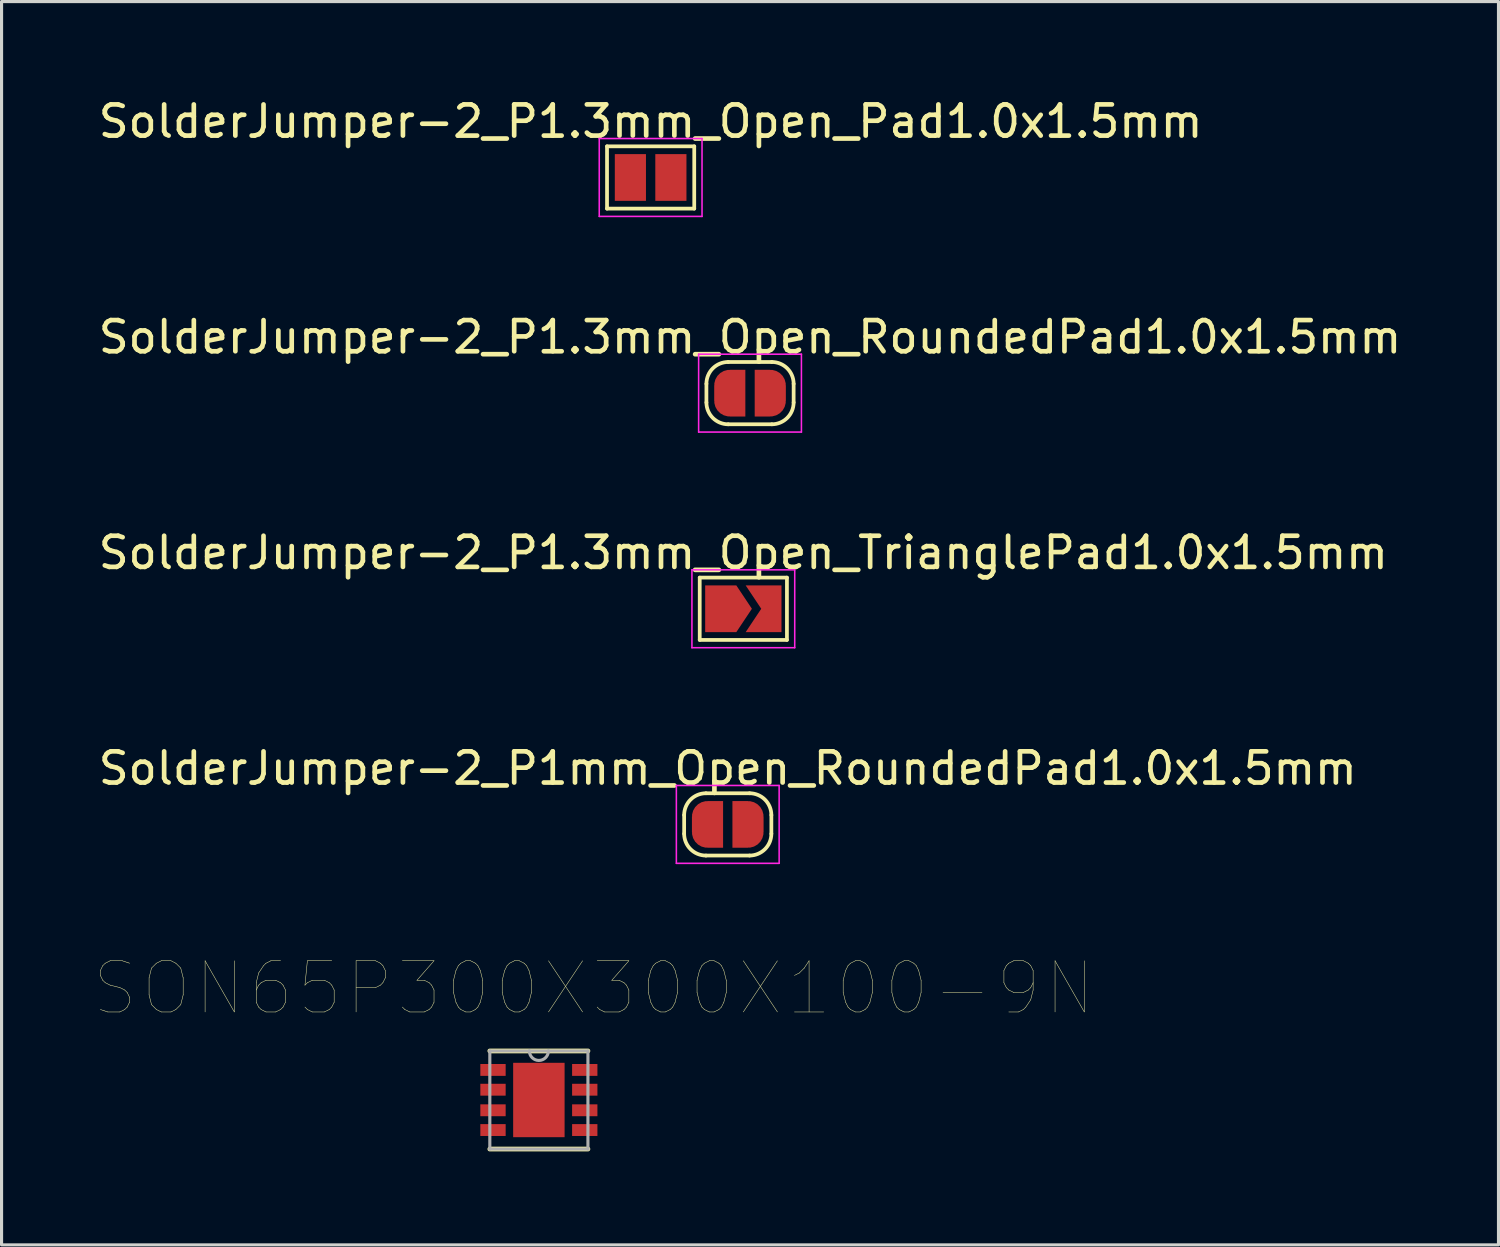
<source format=kicad_pcb>
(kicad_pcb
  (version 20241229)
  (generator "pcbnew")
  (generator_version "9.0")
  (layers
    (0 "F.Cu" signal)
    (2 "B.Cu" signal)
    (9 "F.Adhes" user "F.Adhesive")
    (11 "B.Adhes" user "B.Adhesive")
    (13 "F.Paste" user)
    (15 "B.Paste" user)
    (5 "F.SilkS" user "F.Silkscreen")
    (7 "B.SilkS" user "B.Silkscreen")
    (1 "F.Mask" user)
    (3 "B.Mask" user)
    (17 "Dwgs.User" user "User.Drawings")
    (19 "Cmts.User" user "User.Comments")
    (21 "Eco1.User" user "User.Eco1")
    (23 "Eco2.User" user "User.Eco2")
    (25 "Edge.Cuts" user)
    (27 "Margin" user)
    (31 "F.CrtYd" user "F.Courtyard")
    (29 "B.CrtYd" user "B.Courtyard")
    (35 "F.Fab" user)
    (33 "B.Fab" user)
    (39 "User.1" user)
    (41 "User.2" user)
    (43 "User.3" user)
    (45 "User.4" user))
  (footprint "SolderJumper-2_P1.3mm_Open_Pad1.0x1.5mm"
    (layer "F.Cu")
    (at 17.839 2.648)
    (property "Reference" "SolderJumper-2_P1.3mm_Open_Pad1.0x1.5mm" (at 0 -1.8 0) (layer "F.SilkS") (effects (font (size 1 1) (thickness 0.15))))
    (attr exclude_from_pos_files dnp allow_soldermask_bridges)
    (fp_rect (start -0.15 -0.75) (end 0.15 0.75) (stroke (width 0) (type default)) (fill yes) (layer "F.Mask"))
    (fp_line (start -1.4 -1) (end 1.4 -1) (stroke (width 0.12) (type solid)) (layer "F.SilkS"))
    (fp_line (start -1.4 1) (end -1.4 -1) (stroke (width 0.12) (type solid)) (layer "F.SilkS"))
    (fp_line (start 1.4 -1) (end 1.4 1) (stroke (width 0.12) (type solid)) (layer "F.SilkS"))
    (fp_line (start 1.4 1) (end -1.4 1) (stroke (width 0.12) (type solid)) (layer "F.SilkS"))
    (fp_line (start -1.65 -1.25) (end -1.65 1.25) (stroke (width 0.05) (type solid)) (layer "F.CrtYd"))
    (fp_line (start -1.65 -1.25) (end 1.65 -1.25) (stroke (width 0.05) (type solid)) (layer "F.CrtYd"))
    (fp_line (start 1.65 1.25) (end -1.65 1.25) (stroke (width 0.05) (type solid)) (layer "F.CrtYd"))
    (fp_line (start 1.65 1.25) (end 1.65 -1.25) (stroke (width 0.05) (type solid)) (layer "F.CrtYd"))
    (pad "1" smd rect (at -0.65 0 180) (size 1 1.5) (layers "F.Cu" "F.Mask"))
    (pad "2" smd rect (at 0.65 0 180) (size 1 1.5) (layers "F.Cu" "F.Mask")))
  (footprint "SolderJumper-2_P1.3mm_Open_TrianglePad1.0x1.5mm"
    (layer "F.Cu")
    (at 20.815 16.495)
    (property "Reference" "SolderJumper-2_P1.3mm_Open_TrianglePad1.0x1.5mm" (at 0 -1.8 0) (layer "F.SilkS") (effects (font (size 1 1) (thickness 0.15))))
    (attr exclude_from_pos_files exclude_from_bom)
    (fp_line (start -1.4 -1) (end 1.4 -1) (stroke (width 0.12) (type solid)) (layer "F.SilkS"))
    (fp_line (start -1.4 1) (end -1.4 -1) (stroke (width 0.12) (type solid)) (layer "F.SilkS"))
    (fp_line (start 1.4 -1) (end 1.4 1) (stroke (width 0.12) (type solid)) (layer "F.SilkS"))
    (fp_line (start 1.4 1) (end -1.4 1) (stroke (width 0.12) (type solid)) (layer "F.SilkS"))
    (fp_line (start -1.65 -1.25) (end -1.65 1.25) (stroke (width 0.05) (type solid)) (layer "F.CrtYd"))
    (fp_line (start -1.65 -1.25) (end 1.65 -1.25) (stroke (width 0.05) (type solid)) (layer "F.CrtYd"))
    (fp_line (start 1.65 1.25) (end -1.65 1.25) (stroke (width 0.05) (type solid)) (layer "F.CrtYd"))
    (fp_line (start 1.65 1.25) (end 1.65 -1.25) (stroke (width 0.05) (type solid)) (layer "F.CrtYd"))
    (pad "1" smd custom (at -0.725 0) (size 0.3 0.3) (layers "F.Cu" "F.Mask") (options (anchor rect)) (primitives (gr_poly (pts (xy -0.5 -0.75) (xy 0.5 -0.75) (xy 1 0) (xy 0.5 0.75) (xy -0.5 0.75)) (width 0) (fill yes))))
    (pad "2" smd custom (at 0.725 0) (size 0.3 0.3) (layers "F.Cu" "F.Mask") (options (anchor rect)) (primitives (gr_poly (pts (xy -0.65 -0.75) (xy 0.5 -0.75) (xy 0.5 0.75) (xy -0.65 0.75) (xy -0.15 0)) (width 0) (fill yes)))))
  (footprint "SolderJumper-2_P1mm_Open_RoundedPad1.0x1.5mm"
    (layer "F.Cu")
    (at 20.315 23.418)
    (property "Reference" "SolderJumper-2_P1mm_Open_RoundedPad1.0x1.5mm" (at 0 -1.8 0) (layer "F.SilkS") (effects (font (size 1 1) (thickness 0.15))))
    (attr exclude_from_pos_files exclude_from_bom)
    (fp_line (start -1.4 0.3) (end -1.4 -0.3) (stroke (width 0.12) (type solid)) (layer "F.SilkS"))
    (fp_line (start -0.7 -1) (end 0.7 -1) (stroke (width 0.12) (type solid)) (layer "F.SilkS"))
    (fp_line (start 0.7 1) (end -0.7 1) (stroke (width 0.12) (type solid)) (layer "F.SilkS"))
    (fp_line (start 1.4 -0.3) (end 1.4 0.3) (stroke (width 0.12) (type solid)) (layer "F.SilkS"))
    (fp_arc (start -1.4 -0.3) (mid -1.194975 -0.794975) (end -0.7 -1) (stroke (width 0.12) (type solid)) (layer "F.SilkS"))
    (fp_arc (start -0.7 1) (mid -1.194975 0.794975) (end -1.4 0.3) (stroke (width 0.12) (type solid)) (layer "F.SilkS"))
    (fp_arc (start 0.7 -1) (mid 1.194975 -0.794975) (end 1.4 -0.3) (stroke (width 0.12) (type solid)) (layer "F.SilkS"))
    (fp_arc (start 1.4 0.3) (mid 1.194975 0.794975) (end 0.7 1) (stroke (width 0.12) (type solid)) (layer "F.SilkS"))
    (fp_line (start -1.65 -1.25) (end -1.65 1.25) (stroke (width 0.05) (type solid)) (layer "F.CrtYd"))
    (fp_line (start -1.65 -1.25) (end 1.65 -1.25) (stroke (width 0.05) (type solid)) (layer "F.CrtYd"))
    (fp_line (start 1.65 1.25) (end -1.65 1.25) (stroke (width 0.05) (type solid)) (layer "F.CrtYd"))
    (fp_line (start 1.65 1.25) (end 1.65 -1.25) (stroke (width 0.05) (type solid)) (layer "F.CrtYd"))
    (pad "1" smd custom (at -0.65 0) (size 1 0.5) (layers "F.Cu" "F.Mask") (options (anchor rect)) (primitives (gr_circle (center 0 0.25) (end 0.5 0.25) (width 0) (fill yes)) (gr_circle (center 0 -0.25) (end 0.5 -0.25) (width 0) (fill yes)) (gr_poly (pts (xy 0.5 0.75) (xy 0 0.75) (xy 0 -0.75) (xy 0.5 -0.75)) (width 0) (fill yes))))
    (pad "2" smd custom (at 0.65 0) (size 1 0.5) (layers "F.Cu" "F.Mask") (options (anchor rect)) (primitives (gr_circle (center 0 0.25) (end 0.5 0.25) (width 0) (fill yes)) (gr_circle (center 0 -0.25) (end 0.5 -0.25) (width 0) (fill yes)) (gr_poly (pts (xy 0 0.75) (xy -0.5 0.75) (xy -0.5 -0.75) (xy 0 -0.75)) (width 0) (fill yes)))))
  (footprint "SON65P300X300X100-9N"
    (layer "F.Cu")
    (at 14.251 32.266)
    (property "Reference" "SON65P300X300X100-9N" (at 1.755 -3.586 0) (layer "F.SilkS") (effects (font (size 1.642 1.642) (thickness 0.015))))
    (attr through_hole)
    (fp_line (start -1.575 1.575) (end 1.575 1.575) (stroke (width 0.152) (type solid)) (layer "F.SilkS"))
    (fp_line (start 1.575 -1.575) (end -1.575 -1.575) (stroke (width 0.152) (type solid)) (layer "F.SilkS"))
    (fp_line (start -1.575 -1.575) (end -1.575 1.575) (stroke (width 0.1) (type solid)) (layer "F.Fab"))
    (fp_line (start -1.575 1.575) (end 1.575 1.575) (stroke (width 0.1) (type solid)) (layer "F.Fab"))
    (fp_line (start -0.305 -1.575) (end -1.575 -1.575) (stroke (width 0.1) (type solid)) (layer "F.Fab"))
    (fp_line (start 0.305 -1.575) (end -0.305 -1.575) (stroke (width 0.1) (type solid)) (layer "F.Fab"))
    (fp_line (start 1.575 -1.575) (end 0.305 -1.575) (stroke (width 0.1) (type solid)) (layer "F.Fab"))
    (fp_line (start 1.575 1.575) (end 1.575 -1.575) (stroke (width 0.1) (type solid)) (layer "F.Fab"))
    (fp_arc (start 0.3048 -1.5748) (mid 0 -1.27) (end -0.3048 -1.5748) (stroke (width 0.1) (type solid)) (layer "F.Fab"))
    (pad "1" smd rect (at -1.473 -0.965) (size 0.813 0.381) (layers "F.Cu" "F.Mask" "F.Paste"))
    (pad "2" smd rect (at -1.473 -0.33) (size 0.813 0.381) (layers "F.Cu" "F.Mask" "F.Paste"))
    (pad "3" smd rect (at -1.473 0.33) (size 0.813 0.381) (layers "F.Cu" "F.Mask" "F.Paste"))
    (pad "4" smd rect (at -1.473 0.965) (size 0.813 0.381) (layers "F.Cu" "F.Mask" "F.Paste"))
    (pad "5" smd rect (at 1.473 0.965) (size 0.813 0.381) (layers "F.Cu" "F.Mask" "F.Paste"))
    (pad "6" smd rect (at 1.473 0.33) (size 0.813 0.381) (layers "F.Cu" "F.Mask" "F.Paste"))
    (pad "7" smd rect (at 1.473 -0.33) (size 0.813 0.381) (layers "F.Cu" "F.Mask" "F.Paste"))
    (pad "8" smd rect (at 1.473 -0.965) (size 0.813 0.381) (layers "F.Cu" "F.Mask" "F.Paste"))
    (pad "9" smd rect (at 0 0) (size 1.651 2.388) (layers "F.Cu" "F.Mask" "F.Paste")))
  (footprint "SolderJumper-2_P1.3mm_Open_RoundedPad1.0x1.5mm"
    (layer "F.Cu")
    (at 21.03 9.572)
    (property "Reference" "SolderJumper-2_P1.3mm_Open_RoundedPad1.0x1.5mm" (at 0 -1.8 180) (layer "F.SilkS") (effects (font (size 1 1) (thickness 0.15))))
    (attr exclude_from_pos_files exclude_from_bom)
    (fp_line (start -1.4 0.3) (end -1.4 -0.3) (stroke (width 0.12) (type solid)) (layer "F.SilkS"))
    (fp_line (start -0.7 -1) (end 0.7 -1) (stroke (width 0.12) (type solid)) (layer "F.SilkS"))
    (fp_line (start 0.7 1) (end -0.7 1) (stroke (width 0.12) (type solid)) (layer "F.SilkS"))
    (fp_line (start 1.4 -0.3) (end 1.4 0.3) (stroke (width 0.12) (type solid)) (layer "F.SilkS"))
    (fp_arc (start -1.4 -0.3) (mid -1.194975 -0.794975) (end -0.7 -1) (stroke (width 0.12) (type solid)) (layer "F.SilkS"))
    (fp_arc (start -0.7 1) (mid -1.194975 0.794975) (end -1.4 0.3) (stroke (width 0.12) (type solid)) (layer "F.SilkS"))
    (fp_arc (start 0.7 -1) (mid 1.194975 -0.794975) (end 1.4 -0.3) (stroke (width 0.12) (type solid)) (layer "F.SilkS"))
    (fp_arc (start 1.4 0.3) (mid 1.194975 0.794975) (end 0.7 1) (stroke (width 0.12) (type solid)) (layer "F.SilkS"))
    (fp_line (start -1.65 -1.25) (end -1.65 1.25) (stroke (width 0.05) (type solid)) (layer "F.CrtYd"))
    (fp_line (start -1.65 -1.25) (end 1.65 -1.25) (stroke (width 0.05) (type solid)) (layer "F.CrtYd"))
    (fp_line (start 1.65 1.25) (end -1.65 1.25) (stroke (width 0.05) (type solid)) (layer "F.CrtYd"))
    (fp_line (start 1.65 1.25) (end 1.65 -1.25) (stroke (width 0.05) (type solid)) (layer "F.CrtYd"))
    (pad "1" smd custom (at -0.65 0) (size 1 0.5) (layers "F.Cu" "F.Mask") (options (anchor rect)) (primitives (gr_circle (center 0 0.25) (end 0.5 0.25) (width 0) (fill yes)) (gr_circle (center 0 -0.25) (end 0.5 -0.25) (width 0) (fill yes)) (gr_poly (pts (xy 0.5 0.75) (xy 0 0.75) (xy 0 -0.75) (xy 0.5 -0.75)) (width 0) (fill yes))))
    (pad "2" smd custom (at 0.65 0) (size 1 0.5) (layers "F.Cu" "F.Mask") (options (anchor rect)) (primitives (gr_circle (center 0 0.25) (end 0.5 0.25) (width 0) (fill yes)) (gr_circle (center 0 -0.25) (end 0.5 -0.25) (width 0) (fill yes)) (gr_poly (pts (xy 0 0.75) (xy -0.5 0.75) (xy -0.5 -0.75) (xy 0 -0.75)) (width 0) (fill yes)))))
  (gr_rect
    (start -3 -3)
    (end 45.06 36.917)
    (stroke (width 0.1) (type default))
    (fill no)
    (layer "Edge.Cuts")))
</source>
